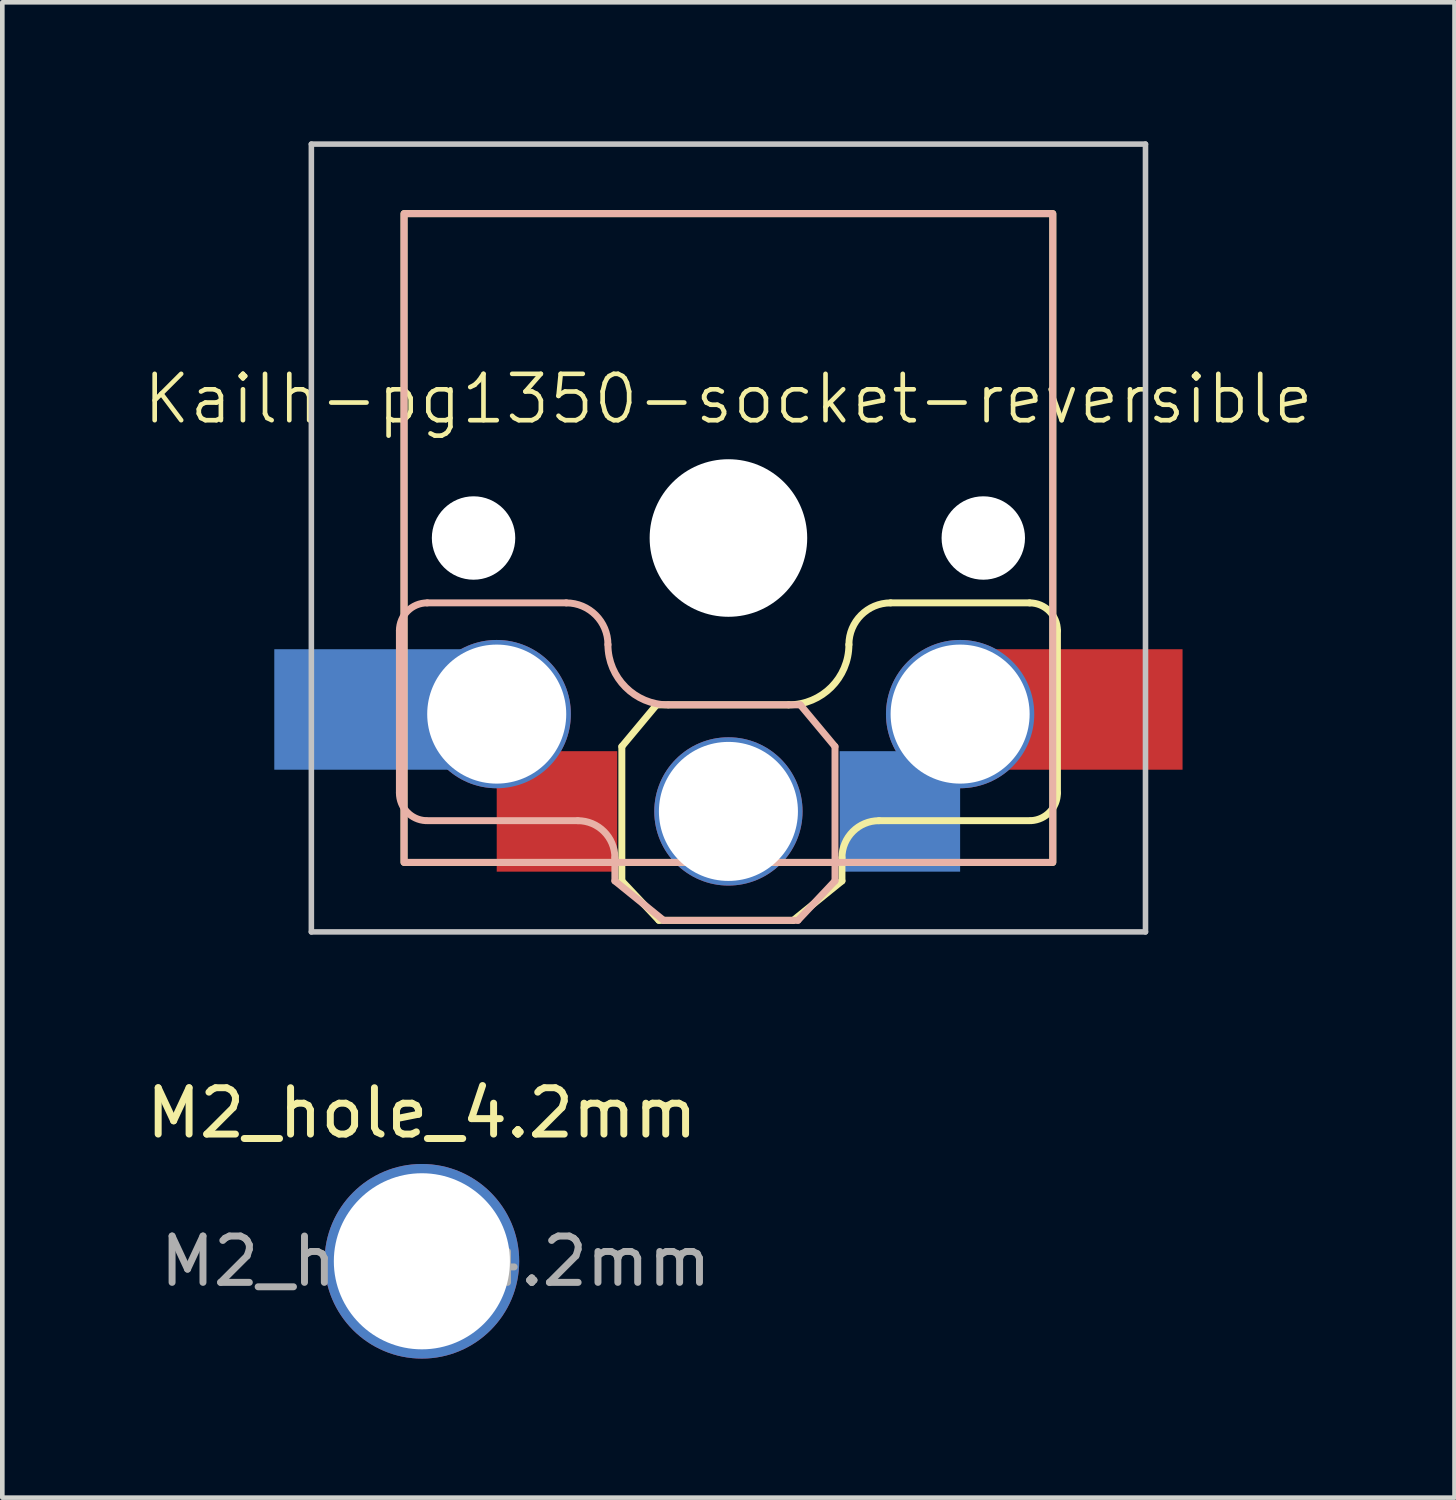
<source format=kicad_pcb>
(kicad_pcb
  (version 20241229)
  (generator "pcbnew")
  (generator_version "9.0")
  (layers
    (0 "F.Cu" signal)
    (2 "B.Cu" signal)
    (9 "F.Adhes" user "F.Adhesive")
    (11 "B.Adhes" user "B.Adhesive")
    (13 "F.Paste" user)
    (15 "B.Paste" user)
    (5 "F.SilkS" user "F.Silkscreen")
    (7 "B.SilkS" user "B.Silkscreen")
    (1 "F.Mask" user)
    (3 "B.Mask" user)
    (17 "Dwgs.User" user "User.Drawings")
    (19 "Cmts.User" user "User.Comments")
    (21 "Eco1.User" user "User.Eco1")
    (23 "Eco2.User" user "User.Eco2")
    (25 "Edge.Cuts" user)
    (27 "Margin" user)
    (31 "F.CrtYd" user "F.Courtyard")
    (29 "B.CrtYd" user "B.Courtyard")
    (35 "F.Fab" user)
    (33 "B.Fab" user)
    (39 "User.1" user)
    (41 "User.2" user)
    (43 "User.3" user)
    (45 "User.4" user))
  (footprint "Kailh-pg1350-socket-reversible"
    (layer "F.Cu")
    (at 12.669 8.56)
    (property "Reference" "Kailh-pg1350-socket-reversible" (at 0 -3 0) (unlocked yes) (layer "F.SilkS") (effects (font (size 1 1) (thickness 0.1))))
    (attr smd)
    (fp_line (start -2.3 4.5) (end -2.3 7.4) (stroke (width 0.15) (type solid)) (layer "F.SilkS"))
    (fp_line (start -2.3 7.4) (end -1.5 8.25) (stroke (width 0.15) (type solid)) (layer "F.SilkS"))
    (fp_line (start -1.55 3.6) (end -2.3 4.5) (stroke (width 0.15) (type solid)) (layer "F.SilkS"))
    (fp_line (start -1.5 8.25) (end 1.4 8.25) (stroke (width 0.15) (type solid)) (layer "F.SilkS"))
    (fp_line (start 1.3 3.6) (end -1.55 3.6) (stroke (width 0.15) (type solid)) (layer "F.SilkS"))
    (fp_line (start 1.4 8.25) (end 2.45 7.4) (stroke (width 0.15) (type solid)) (layer "F.SilkS"))
    (fp_line (start 2.45 7.4) (end 2.45 6.9) (stroke (width 0.15) (type solid)) (layer "F.SilkS"))
    (fp_line (start 3.25 6.1) (end 6.5 6.1) (stroke (width 0.15) (type solid)) (layer "F.SilkS"))
    (fp_line (start 6.5 1.4) (end 3.5 1.4) (stroke (width 0.15) (type solid)) (layer "F.SilkS"))
    (fp_line (start 7.1 5.5) (end 7.1 2) (stroke (width 0.15) (type solid)) (layer "F.SilkS"))
    (fp_rect (start -7 -7) (end 7 7) (stroke (width 0.15) (type solid)) (fill no) (layer "F.SilkS"))
    (fp_arc (start 2.45 6.9) (mid 2.684315 6.334315) (end 3.25 6.1) (stroke (width 0.15) (type solid)) (layer "F.SilkS"))
    (fp_arc (start 2.6 2.3) (mid 2.219239 3.219239) (end 1.3 3.6) (stroke (width 0.15) (type solid)) (layer "F.SilkS"))
    (fp_arc (start 2.6 2.3) (mid 2.863604 1.663604) (end 3.5 1.4) (stroke (width 0.15) (type solid)) (layer "F.SilkS"))
    (fp_arc (start 6.5 1.4) (mid 6.924264 1.575736) (end 7.1 2) (stroke (width 0.15) (type solid)) (layer "F.SilkS"))
    (fp_arc (start 7.1 5.5) (mid 6.934864 5.913392) (end 6.530356 6.099232) (stroke (width 0.15) (type solid)) (layer "F.SilkS"))
    (fp_line (start -7.1 5.5) (end -7.1 2) (stroke (width 0.15) (type solid)) (layer "B.SilkS"))
    (fp_line (start -6.5 1.4) (end -3.5 1.4) (stroke (width 0.15) (type solid)) (layer "B.SilkS"))
    (fp_line (start -3.25 6.1) (end -6.5 6.1) (stroke (width 0.15) (type solid)) (layer "B.SilkS"))
    (fp_line (start -2.45 7.4) (end -2.45 6.9) (stroke (width 0.15) (type solid)) (layer "B.SilkS"))
    (fp_line (start -1.4 8.25) (end -2.45 7.4) (stroke (width 0.15) (type solid)) (layer "B.SilkS"))
    (fp_line (start -1.3 3.6) (end 1.55 3.6) (stroke (width 0.15) (type solid)) (layer "B.SilkS"))
    (fp_line (start 1.5 8.25) (end -1.4 8.25) (stroke (width 0.15) (type solid)) (layer "B.SilkS"))
    (fp_line (start 1.55 3.6) (end 2.3 4.5) (stroke (width 0.15) (type solid)) (layer "B.SilkS"))
    (fp_line (start 2.3 4.5) (end 2.3 7.4) (stroke (width 0.15) (type solid)) (layer "B.SilkS"))
    (fp_line (start 2.3 7.4) (end 1.5 8.25) (stroke (width 0.15) (type solid)) (layer "B.SilkS"))
    (fp_rect (start -7 -7) (end 7 7) (stroke (width 0.15) (type solid)) (fill no) (layer "B.SilkS"))
    (fp_arc (start -7.1 2) (mid -6.924264 1.575736) (end -6.5 1.4) (stroke (width 0.15) (type solid)) (layer "B.SilkS"))
    (fp_arc (start -6.530356 6.099232) (mid -6.934864 5.913392) (end -7.1 5.5) (stroke (width 0.15) (type solid)) (layer "B.SilkS"))
    (fp_arc (start -3.5 1.4) (mid -2.863604 1.663604) (end -2.6 2.3) (stroke (width 0.15) (type solid)) (layer "B.SilkS"))
    (fp_arc (start -3.25 6.1) (mid -2.684315 6.334315) (end -2.45 6.9) (stroke (width 0.15) (type solid)) (layer "B.SilkS"))
    (fp_arc (start -1.3 3.6) (mid -2.219239 3.219239) (end -2.6 2.3) (stroke (width 0.15) (type solid)) (layer "B.SilkS"))
    (fp_line (start -9 -8.5) (end 9 -8.5) (stroke (width 0.12) (type solid)) (layer "Dwgs.User"))
    (fp_line (start -9 8.5) (end -9 -8.5) (stroke (width 0.12) (type solid)) (layer "Dwgs.User"))
    (fp_line (start 9 -8.5) (end 9 8.5) (stroke (width 0.12) (type solid)) (layer "Dwgs.User"))
    (fp_line (start 9 8.5) (end -9 8.5) (stroke (width 0.12) (type solid)) (layer "Dwgs.User"))
    (pad "" np_thru_hole circle (at -5.5 0 90) (size 1.8 1.8) (drill 1.8) (layers "*.Cu" "*.Mask"))
    (pad "" thru_hole circle (at -5 3.8 270) (size 3.2 3.2) (drill 3) (layers "*.Cu" "*.Mask"))
    (pad "" np_thru_hole circle (at 0 0 90) (size 3.4 3.4) (drill 3.4) (layers "*.Cu" "*.Mask"))
    (pad "" thru_hole circle (at 0 5.9 90) (size 3.2 3.2) (drill 3) (layers "*.Cu" "*.Mask"))
    (pad "" thru_hole circle (at 5 3.8 90) (size 3.2 3.2) (drill 3) (layers "*.Cu" "*.Mask"))
    (pad "" np_thru_hole circle (at 5.5 0 90) (size 1.8 1.8) (drill 1.8) (layers "*.Cu" "*.Mask"))
    (pad "1" smd rect (at 3.7 5.9 270) (size 2.6 2.6) (layers "B.Cu" "B.Mask" "B.Paste"))
    (pad "1" smd rect (at 7.4 3.7 90) (size 2.6 4.8) (layers "F.Cu" "F.Mask" "F.Paste"))
    (pad "2" smd rect (at -7.51 3.7 270) (size 2.6 4.58) (layers "B.Cu" "B.Mask" "B.Paste"))
    (pad "2" smd rect (at -3.7 5.9 90) (size 2.6 2.6) (layers "F.Cu" "F.Mask" "F.Paste")))
  (footprint "M2_hole_4.2mm"
    (layer "F.Cu")
    (at 6.054 24.168)
    (property "Reference" "M2_hole_4.2mm" (at 0 -3.2 0) (layer "F.SilkS") (effects (font (size 1 1) (thickness 0.15))))
    (fp_text user "${REFERENCE}" (at 0.3 0 0) (layer "F.Fab") (effects (font (size 1 1) (thickness 0.15))))
    (pad "" thru_hole circle (at 0 0) (size 4.2 4.2) (drill 3.8) (layers "*.Cu" "*.Mask")))
  (gr_rect
    (start -3 -3)
    (end 28.338 29.268)
    (stroke (width 0.1) (type default))
    (fill no)
    (layer "Edge.Cuts")))
</source>
